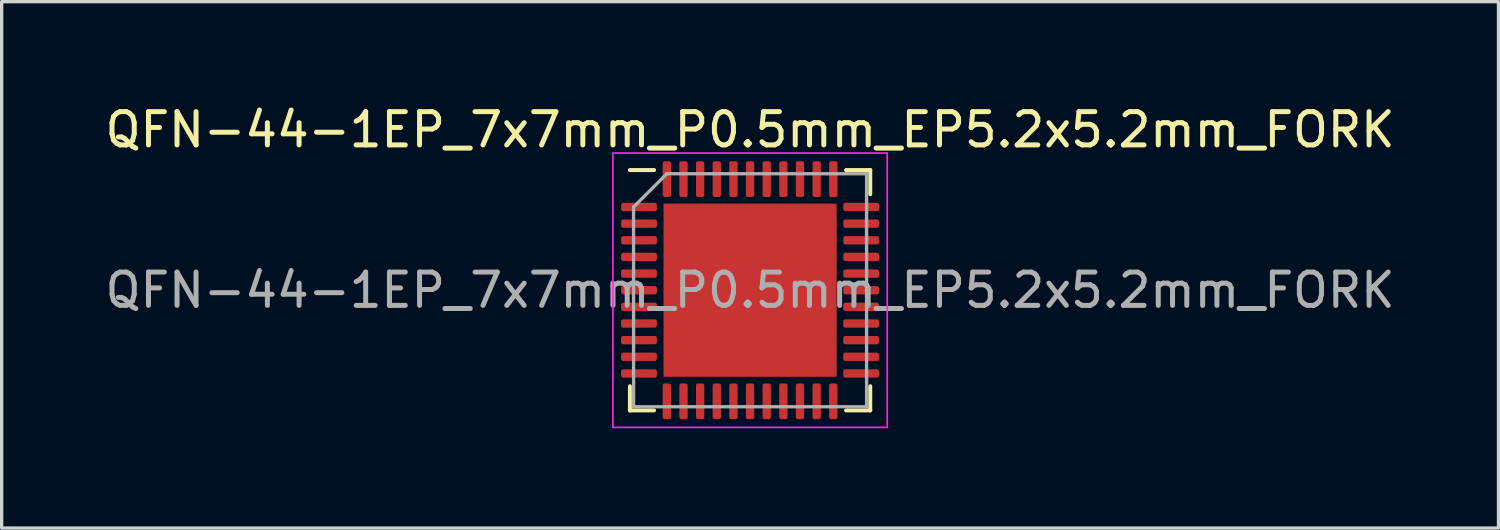
<source format=kicad_pcb>
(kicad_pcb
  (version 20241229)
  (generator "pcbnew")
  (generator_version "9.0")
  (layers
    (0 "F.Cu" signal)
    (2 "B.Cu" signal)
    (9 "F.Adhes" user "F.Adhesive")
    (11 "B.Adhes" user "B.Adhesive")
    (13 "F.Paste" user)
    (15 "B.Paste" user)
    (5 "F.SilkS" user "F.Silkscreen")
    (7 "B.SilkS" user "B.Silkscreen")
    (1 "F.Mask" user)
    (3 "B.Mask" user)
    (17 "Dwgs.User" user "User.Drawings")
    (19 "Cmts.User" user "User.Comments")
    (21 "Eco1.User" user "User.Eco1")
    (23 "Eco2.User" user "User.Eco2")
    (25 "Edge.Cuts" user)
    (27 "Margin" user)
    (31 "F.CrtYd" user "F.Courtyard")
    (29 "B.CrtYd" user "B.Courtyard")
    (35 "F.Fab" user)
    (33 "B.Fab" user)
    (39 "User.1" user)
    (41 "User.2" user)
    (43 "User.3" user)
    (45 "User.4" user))
  (footprint "QFN-44-1EP_7x7mm_P0.5mm_EP5.2x5.2mm_FORK"
    (layer "F.Cu")
    (at 19.482 5.668)
    (property "Reference" "QFN-44-1EP_7x7mm_P0.5mm_EP5.2x5.2mm_FORK" (at 0 -4.82 0) (layer "F.SilkS") (effects (font (size 1 1) (thickness 0.15))))
    (attr smd)
    (fp_line (start -3.61 3.61) (end -3.61 2.885) (stroke (width 0.12) (type solid)) (layer "F.SilkS"))
    (fp_line (start -2.885 -3.61) (end -3.61 -3.61) (stroke (width 0.12) (type solid)) (layer "F.SilkS"))
    (fp_line (start -2.885 3.61) (end -3.61 3.61) (stroke (width 0.12) (type solid)) (layer "F.SilkS"))
    (fp_line (start 2.885 -3.61) (end 3.61 -3.61) (stroke (width 0.12) (type solid)) (layer "F.SilkS"))
    (fp_line (start 2.885 3.61) (end 3.61 3.61) (stroke (width 0.12) (type solid)) (layer "F.SilkS"))
    (fp_line (start 3.61 -3.61) (end 3.61 -2.885) (stroke (width 0.12) (type solid)) (layer "F.SilkS"))
    (fp_line (start 3.61 3.61) (end 3.61 2.885) (stroke (width 0.12) (type solid)) (layer "F.SilkS"))
    (fp_line (start -4.12 -4.12) (end -4.12 4.12) (stroke (width 0.05) (type solid)) (layer "F.CrtYd"))
    (fp_line (start -4.12 4.12) (end 4.12 4.12) (stroke (width 0.05) (type solid)) (layer "F.CrtYd"))
    (fp_line (start 4.12 -4.12) (end -4.12 -4.12) (stroke (width 0.05) (type solid)) (layer "F.CrtYd"))
    (fp_line (start 4.12 4.12) (end 4.12 -4.12) (stroke (width 0.05) (type solid)) (layer "F.CrtYd"))
    (fp_line (start -3.5 -2.5) (end -2.5 -3.5) (stroke (width 0.1) (type solid)) (layer "F.Fab"))
    (fp_line (start -3.5 3.5) (end -3.5 -2.5) (stroke (width 0.1) (type solid)) (layer "F.Fab"))
    (fp_line (start -2.5 -3.5) (end 3.5 -3.5) (stroke (width 0.1) (type solid)) (layer "F.Fab"))
    (fp_line (start 3.5 -3.5) (end 3.5 3.5) (stroke (width 0.1) (type solid)) (layer "F.Fab"))
    (fp_line (start 3.5 3.5) (end -3.5 3.5) (stroke (width 0.1) (type solid)) (layer "F.Fab"))
    (fp_text user "${REFERENCE}" (at 0 0 0) (layer "F.Fab") (effects (font (size 1 1) (thickness 0.15))))
    (pad "" smd roundrect (at -1.95 -1.95) (size 1.05 1.05) (layers "F.Paste") (roundrect_rratio 0.238))
    (pad "" smd roundrect (at -1.95 -0.65) (size 1.05 1.05) (layers "F.Paste") (roundrect_rratio 0.238))
    (pad "" smd roundrect (at -1.95 0.65) (size 1.05 1.05) (layers "F.Paste") (roundrect_rratio 0.238))
    (pad "" smd roundrect (at -1.95 1.95) (size 1.05 1.05) (layers "F.Paste") (roundrect_rratio 0.238))
    (pad "" smd roundrect (at -0.65 -1.95) (size 1.05 1.05) (layers "F.Paste") (roundrect_rratio 0.238))
    (pad "" smd roundrect (at -0.65 -0.65) (size 1.05 1.05) (layers "F.Paste") (roundrect_rratio 0.238))
    (pad "" smd roundrect (at -0.65 0.65) (size 1.05 1.05) (layers "F.Paste") (roundrect_rratio 0.238))
    (pad "" smd roundrect (at -0.65 1.95) (size 1.05 1.05) (layers "F.Paste") (roundrect_rratio 0.238))
    (pad "" smd roundrect (at 0.65 -1.95) (size 1.05 1.05) (layers "F.Paste") (roundrect_rratio 0.238))
    (pad "" smd roundrect (at 0.65 -0.65) (size 1.05 1.05) (layers "F.Paste") (roundrect_rratio 0.238))
    (pad "" smd roundrect (at 0.65 0.65) (size 1.05 1.05) (layers "F.Paste") (roundrect_rratio 0.238))
    (pad "" smd roundrect (at 0.65 1.95) (size 1.05 1.05) (layers "F.Paste") (roundrect_rratio 0.238))
    (pad "" smd roundrect (at 1.95 -1.95) (size 1.05 1.05) (layers "F.Paste") (roundrect_rratio 0.238))
    (pad "" smd roundrect (at 1.95 -0.65) (size 1.05 1.05) (layers "F.Paste") (roundrect_rratio 0.238))
    (pad "" smd roundrect (at 1.95 0.65) (size 1.05 1.05) (layers "F.Paste") (roundrect_rratio 0.238))
    (pad "" smd roundrect (at 1.95 1.95) (size 1.05 1.05) (layers "F.Paste") (roundrect_rratio 0.238))
    (pad "1" smd roundrect (at -3.337 -2.5) (size 1.075 0.25) (layers "F.Cu" "F.Mask" "F.Paste") (roundrect_rratio 0.25))
    (pad "2" smd roundrect (at -3.337 -2) (size 1.075 0.25) (layers "F.Cu" "F.Mask" "F.Paste") (roundrect_rratio 0.25))
    (pad "3" smd roundrect (at -3.337 -1.5) (size 1.075 0.25) (layers "F.Cu" "F.Mask" "F.Paste") (roundrect_rratio 0.25))
    (pad "4" smd roundrect (at -3.337 -1) (size 1.075 0.25) (layers "F.Cu" "F.Mask" "F.Paste") (roundrect_rratio 0.25))
    (pad "5" smd roundrect (at -3.337 -0.5) (size 1.075 0.25) (layers "F.Cu" "F.Mask" "F.Paste") (roundrect_rratio 0.25))
    (pad "6" smd roundrect (at -3.337 0) (size 1.075 0.25) (layers "F.Cu" "F.Mask" "F.Paste") (roundrect_rratio 0.25))
    (pad "7" smd roundrect (at -3.337 0.5) (size 1.075 0.25) (layers "F.Cu" "F.Mask" "F.Paste") (roundrect_rratio 0.25))
    (pad "8" smd roundrect (at -3.337 1) (size 1.075 0.25) (layers "F.Cu" "F.Mask" "F.Paste") (roundrect_rratio 0.25))
    (pad "9" smd roundrect (at -3.337 1.5) (size 1.075 0.25) (layers "F.Cu" "F.Mask" "F.Paste") (roundrect_rratio 0.25))
    (pad "10" smd roundrect (at -3.337 2) (size 1.075 0.25) (layers "F.Cu" "F.Mask" "F.Paste") (roundrect_rratio 0.25))
    (pad "11" smd roundrect (at -3.337 2.5) (size 1.075 0.25) (layers "F.Cu" "F.Mask" "F.Paste") (roundrect_rratio 0.25))
    (pad "12" smd roundrect (at -2.5 3.337) (size 0.25 1.075) (layers "F.Cu" "F.Mask" "F.Paste") (roundrect_rratio 0.25))
    (pad "13" smd roundrect (at -2 3.337) (size 0.25 1.075) (layers "F.Cu" "F.Mask" "F.Paste") (roundrect_rratio 0.25))
    (pad "14" smd roundrect (at -1.5 3.337) (size 0.25 1.075) (layers "F.Cu" "F.Mask" "F.Paste") (roundrect_rratio 0.25))
    (pad "15" smd roundrect (at -1 3.337) (size 0.25 1.075) (layers "F.Cu" "F.Mask" "F.Paste") (roundrect_rratio 0.25))
    (pad "16" smd roundrect (at -0.5 3.337) (size 0.25 1.075) (layers "F.Cu" "F.Mask" "F.Paste") (roundrect_rratio 0.25))
    (pad "17" smd roundrect (at 0 3.337) (size 0.25 1.075) (layers "F.Cu" "F.Mask" "F.Paste") (roundrect_rratio 0.25))
    (pad "18" smd roundrect (at 0.5 3.337) (size 0.25 1.075) (layers "F.Cu" "F.Mask" "F.Paste") (roundrect_rratio 0.25))
    (pad "19" smd roundrect (at 1 3.337) (size 0.25 1.075) (layers "F.Cu" "F.Mask" "F.Paste") (roundrect_rratio 0.25))
    (pad "20" smd roundrect (at 1.5 3.337) (size 0.25 1.075) (layers "F.Cu" "F.Mask" "F.Paste") (roundrect_rratio 0.25))
    (pad "21" smd roundrect (at 2 3.337) (size 0.25 1.075) (layers "F.Cu" "F.Mask" "F.Paste") (roundrect_rratio 0.25))
    (pad "22" smd roundrect (at 2.5 3.337) (size 0.25 1.075) (layers "F.Cu" "F.Mask" "F.Paste") (roundrect_rratio 0.25))
    (pad "23" smd roundrect (at 3.337 2.5) (size 1.075 0.25) (layers "F.Cu" "F.Mask" "F.Paste") (roundrect_rratio 0.25))
    (pad "24" smd roundrect (at 3.337 2) (size 1.075 0.25) (layers "F.Cu" "F.Mask" "F.Paste") (roundrect_rratio 0.25))
    (pad "25" smd roundrect (at 3.337 1.5) (size 1.075 0.25) (layers "F.Cu" "F.Mask" "F.Paste") (roundrect_rratio 0.25))
    (pad "26" smd roundrect (at 3.337 1) (size 1.075 0.25) (layers "F.Cu" "F.Mask" "F.Paste") (roundrect_rratio 0.25))
    (pad "27" smd roundrect (at 3.337 0.5) (size 1.075 0.25) (layers "F.Cu" "F.Mask" "F.Paste") (roundrect_rratio 0.25))
    (pad "28" smd roundrect (at 3.337 0) (size 1.075 0.25) (layers "F.Cu" "F.Mask" "F.Paste") (roundrect_rratio 0.25))
    (pad "29" smd roundrect (at 3.337 -0.5) (size 1.075 0.25) (layers "F.Cu" "F.Mask" "F.Paste") (roundrect_rratio 0.25))
    (pad "30" smd roundrect (at 3.337 -1) (size 1.075 0.25) (layers "F.Cu" "F.Mask" "F.Paste") (roundrect_rratio 0.25))
    (pad "31" smd roundrect (at 3.337 -1.5) (size 1.075 0.25) (layers "F.Cu" "F.Mask" "F.Paste") (roundrect_rratio 0.25))
    (pad "32" smd roundrect (at 3.337 -2) (size 1.075 0.25) (layers "F.Cu" "F.Mask" "F.Paste") (roundrect_rratio 0.25))
    (pad "33" smd roundrect (at 3.337 -2.5) (size 1.075 0.25) (layers "F.Cu" "F.Mask" "F.Paste") (roundrect_rratio 0.25))
    (pad "34" smd roundrect (at 2.5 -3.337) (size 0.25 1.075) (layers "F.Cu" "F.Mask" "F.Paste") (roundrect_rratio 0.25))
    (pad "35" smd roundrect (at 2 -3.337) (size 0.25 1.075) (layers "F.Cu" "F.Mask" "F.Paste") (roundrect_rratio 0.25))
    (pad "36" smd roundrect (at 1.5 -3.337) (size 0.25 1.075) (layers "F.Cu" "F.Mask" "F.Paste") (roundrect_rratio 0.25))
    (pad "37" smd roundrect (at 1 -3.337) (size 0.25 1.075) (layers "F.Cu" "F.Mask" "F.Paste") (roundrect_rratio 0.25))
    (pad "38" smd roundrect (at 0.5 -3.337) (size 0.25 1.075) (layers "F.Cu" "F.Mask" "F.Paste") (roundrect_rratio 0.25))
    (pad "39" smd roundrect (at 0 -3.337) (size 0.25 1.075) (layers "F.Cu" "F.Mask" "F.Paste") (roundrect_rratio 0.25))
    (pad "40" smd roundrect (at -0.5 -3.337) (size 0.25 1.075) (layers "F.Cu" "F.Mask" "F.Paste") (roundrect_rratio 0.25))
    (pad "41" smd roundrect (at -1 -3.337) (size 0.25 1.075) (layers "F.Cu" "F.Mask" "F.Paste") (roundrect_rratio 0.25))
    (pad "42" smd roundrect (at -1.5 -3.337) (size 0.25 1.075) (layers "F.Cu" "F.Mask" "F.Paste") (roundrect_rratio 0.25))
    (pad "43" smd roundrect (at -2 -3.337) (size 0.25 1.075) (layers "F.Cu" "F.Mask" "F.Paste") (roundrect_rratio 0.25))
    (pad "44" smd roundrect (at -2.5 -3.337) (size 0.25 1.075) (layers "F.Cu" "F.Mask" "F.Paste") (roundrect_rratio 0.25))
    (pad "45" smd rect (at 0 0) (size 5.2 5.2) (layers "F.Cu" "F.Mask")))
  (gr_rect
    (start -3 -3)
    (end 41.964 12.813)
    (stroke (width 0.1) (type default))
    (fill no)
    (layer "Edge.Cuts")))
</source>
